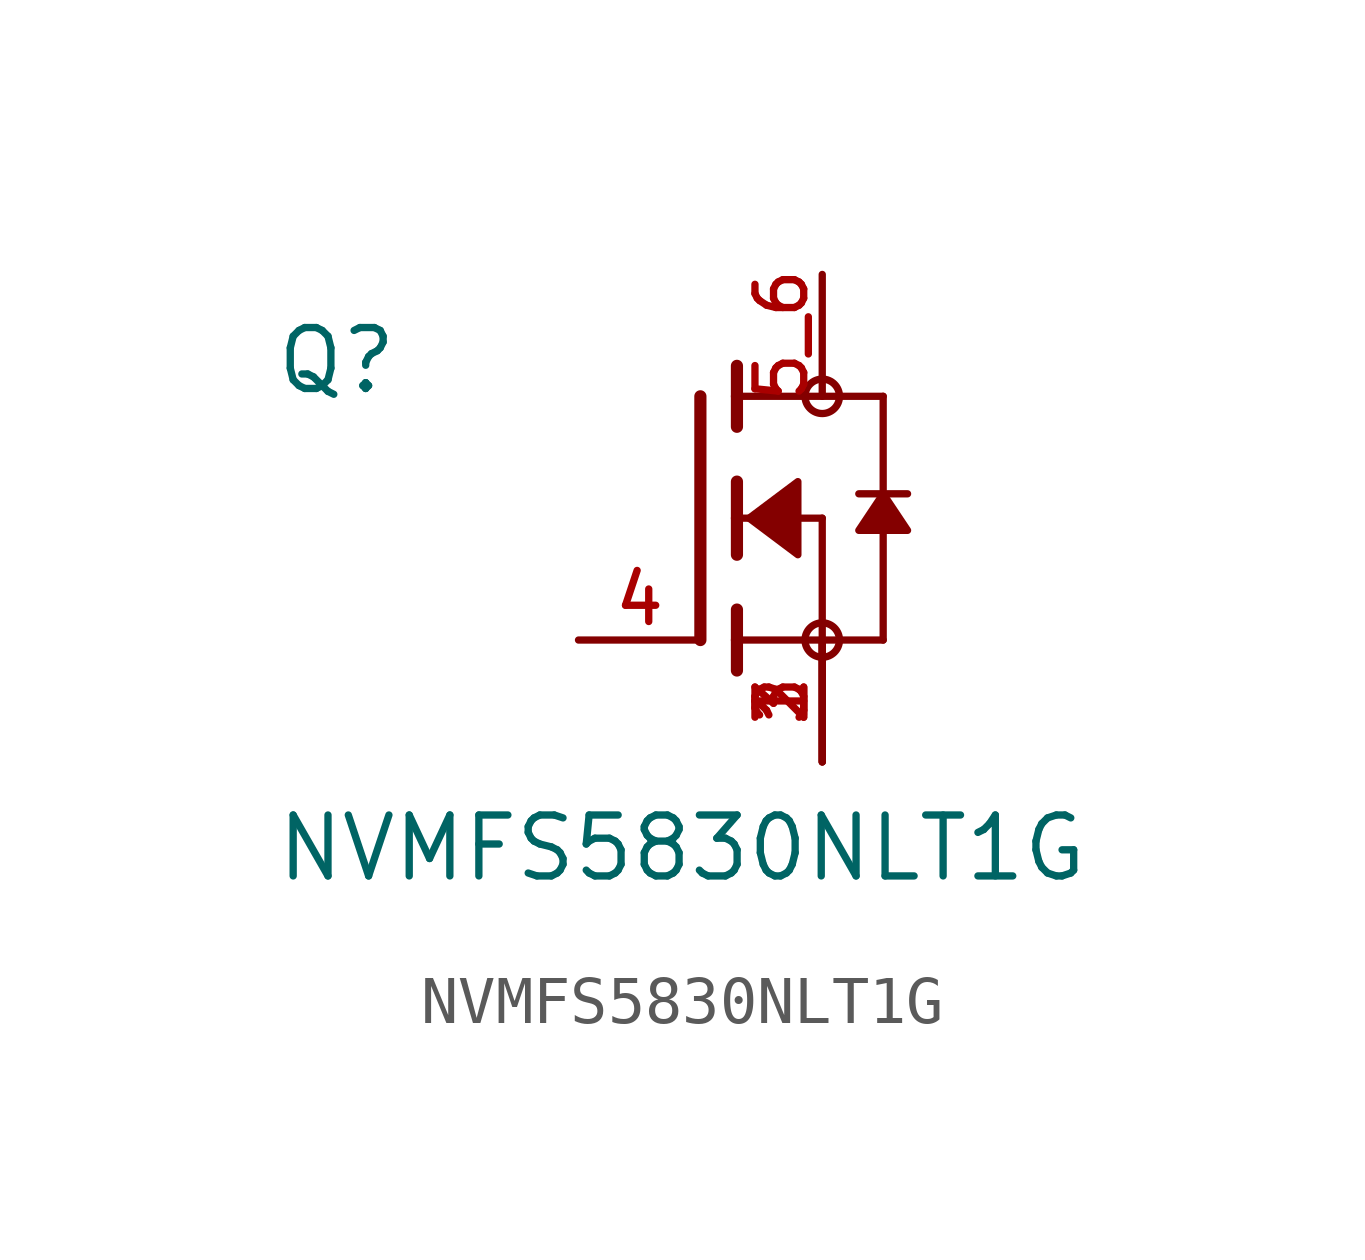
<source format=kicad_sym>
(kicad_symbol_lib
  (version 20211014)
  (generator kicad_symbol_editor)
  (symbol "NVMFS5830NLT1G"
    (pin_names
      (offset 1.016))
    (property "Reference" "Q"
      (at -8.89 2.54 0)
      (effects (font (size 1.27 1.27)) (justify bottom left)))
    (property "Value" "NVMFS5830NLT1G"
      (at -8.89 -7.62 0)
      (effects (font (size 1.27 1.27)) (justify bottom left)))
    (symbol "NVMFS5830NLT1G_0_0"
      (polyline (pts (xy 0.762 0.762) (xy 0.762 0.0)) (stroke (width 0.254)))
      (polyline (pts (xy 0.762 0.0) (xy 0.762 -0.762)) (stroke (width 0.254)))
      (polyline (pts (xy 0.762 3.175) (xy 0.762 2.54)) (stroke (width 0.254)))
      (polyline (pts (xy 0.762 2.54) (xy 0.762 1.905)) (stroke (width 0.254)))
      (polyline (pts (xy 0.762 0.0) (xy 2.54 0.0)) (stroke (width 0.152)))
      (polyline (pts (xy 2.54 0.0) (xy 2.54 -2.54)) (stroke (width 0.152)))
      (polyline (pts (xy 0.762 -1.905) (xy 0.762 -2.54)) (stroke (width 0.254)))
      (polyline (pts (xy 0.762 -2.54) (xy 0.762 -3.175)) (stroke (width 0.254)))
      (polyline (pts (xy 0.0 2.54) (xy 0.0 -2.54)) (stroke (width 0.254)))
      (polyline (pts (xy 2.54 -2.54) (xy 0.762 -2.54)) (stroke (width 0.152)))
      (polyline (pts (xy 3.81 2.54) (xy 3.81 0.508)) (stroke (width 0.152)))
      (polyline (pts (xy 3.81 0.508) (xy 3.81 -2.54)) (stroke (width 0.152)))
      (polyline (pts (xy 2.54 -2.54) (xy 3.81 -2.54)) (stroke (width 0.152)))
      (polyline (pts (xy 0.762 2.54) (xy 3.81 2.54)) (stroke (width 0.152)))
      (polyline (pts (xy 4.318 0.508) (xy 3.81 0.508)) (stroke (width 0.152)))
      (polyline (pts (xy 3.81 0.508) (xy 3.302 0.508)) (stroke (width 0.152)))
      (circle (center 2.54 -2.54) (radius 0.359) (stroke (width 0.0)) (fill (type none)))
      (circle (center 2.54 2.54) (radius 0.359) (stroke (width 0.0)) (fill (type none)))
      (polyline (pts (xy 3.81 0.508) (xy 3.302 -0.254) (xy 4.318 -0.254) (xy 3.81 0.508)) (stroke (width 0.152)) (fill (type outline)))
      (polyline (pts (xy 1.016 0.0) (xy 2.032 0.762) (xy 2.032 -0.762) (xy 1.016 0.0)) (stroke (width 0.152)) (fill (type outline)))
      (pin passive line (at 2.54 -5.08 90.0) (length 2.54) (name "~" (effects (font (size 1.016 1.016)))) (number "1" (effects (font (size 1.016 1.016)))))
      (pin passive line (at 2.54 -5.08 90.0) (length 2.54) (name "~" (effects (font (size 1.016 1.016)))) (number "2" (effects (font (size 1.016 1.016)))))
      (pin passive line (at 2.54 -5.08 90.0) (length 2.54) (name "~" (effects (font (size 1.016 1.016)))) (number "3" (effects (font (size 1.016 1.016)))))
      (pin passive line (at -2.54 -2.54 0) (length 2.54) (name "~" (effects (font (size 1.016 1.016)))) (number "4" (effects (font (size 1.016 1.016)))))
      (pin passive line (at 2.54 5.08 270.0) (length 2.54) (name "~" (effects (font (size 1.016 1.016)))) (number "5_6" (effects (font (size 1.016 1.016))))))))
</source>
